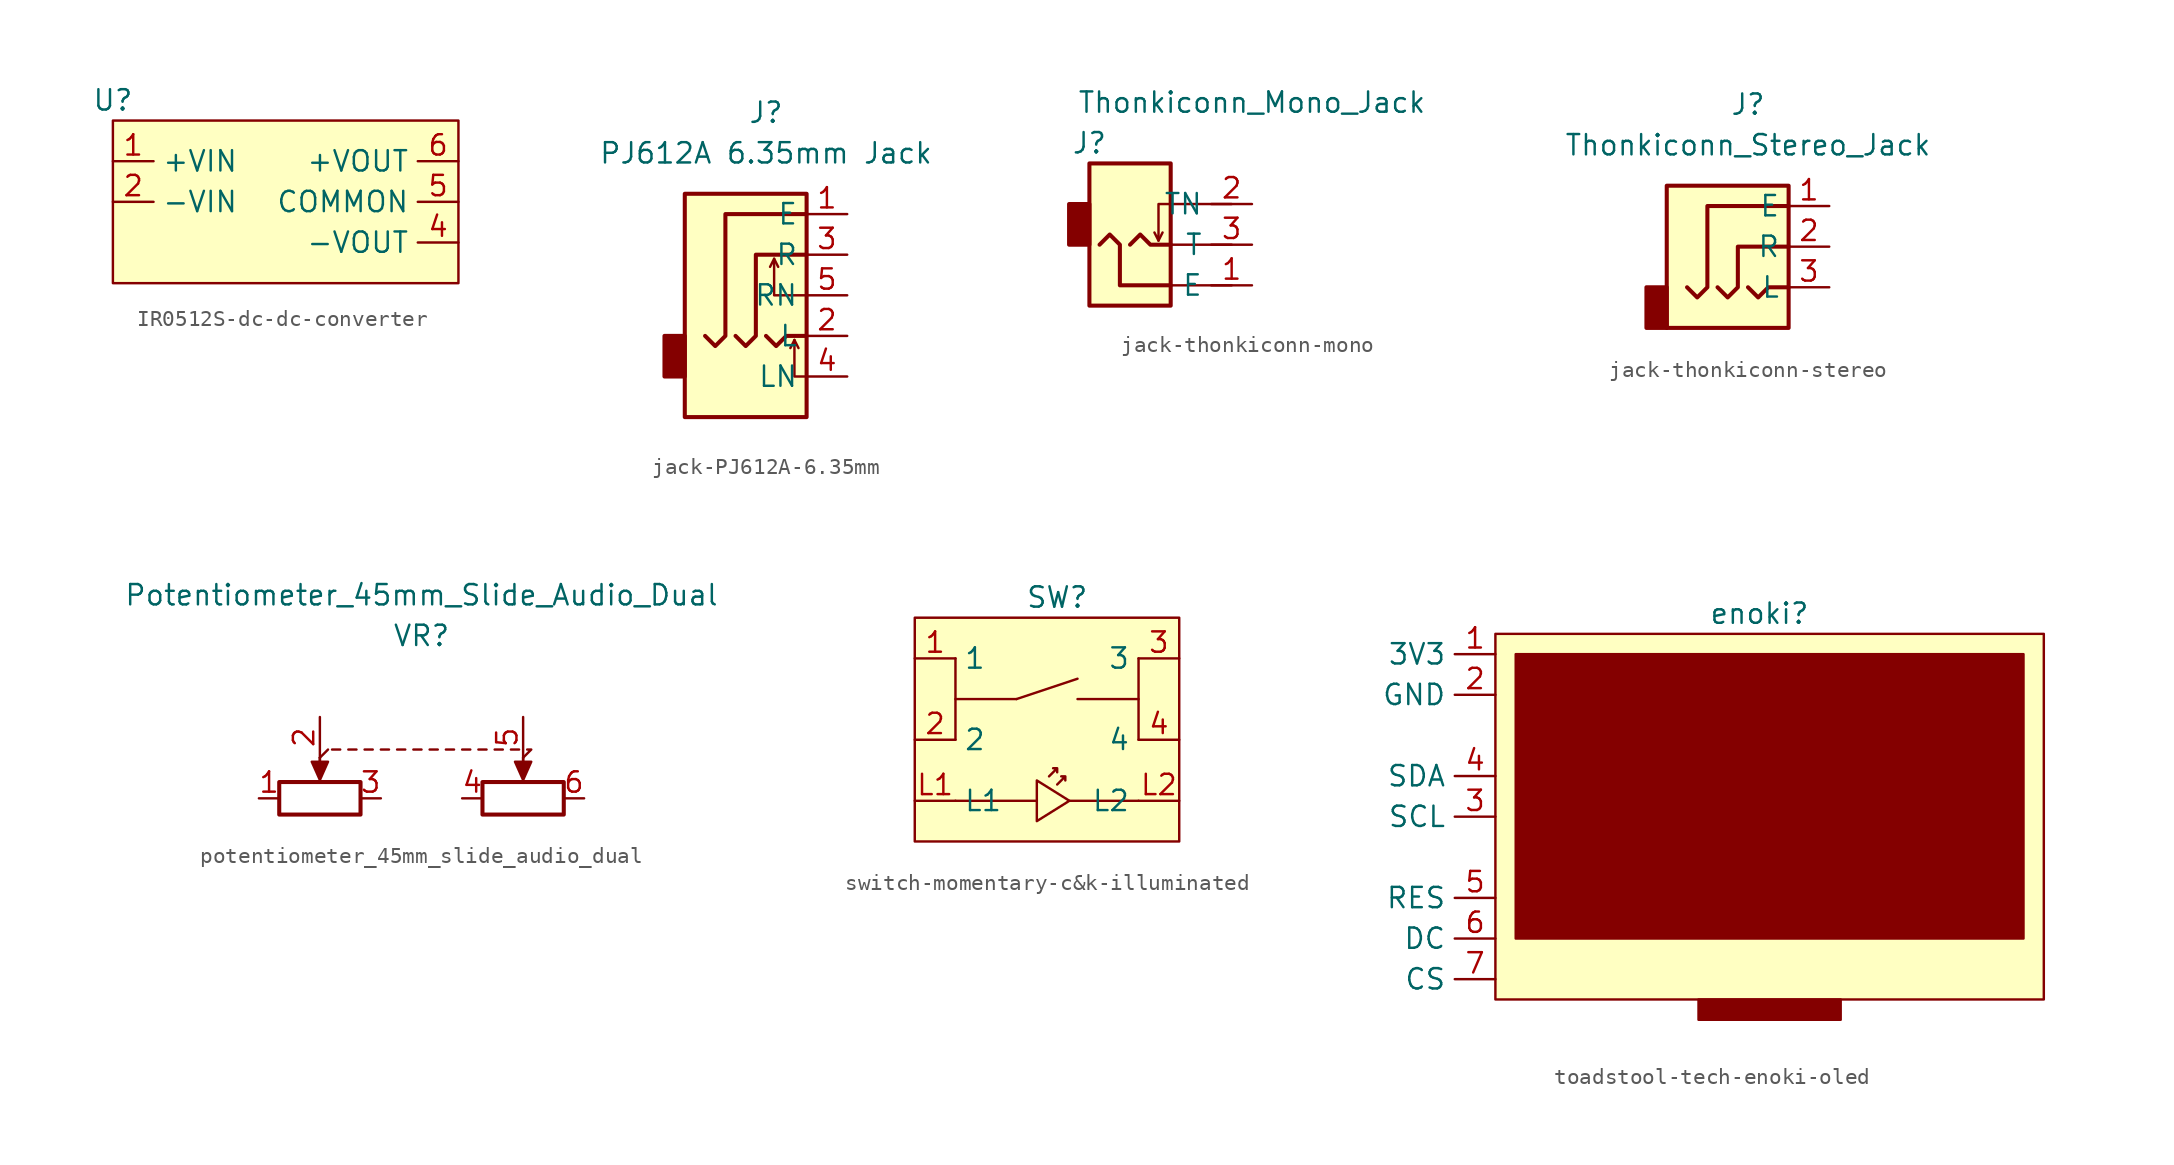
<source format=kicad_sym>
(kicad_symbol_lib
  (version 20231120)
  (generator "kicad_symbol_editor")
  (generator_version "8.0")
  (symbol "IR0512S-dc-dc-converter"
    (property "Reference" "U"
      (at 0 1.27 0)
      (effects (font (size 1.27 1.27))))
    (property "Value" ""
      (at 0 0 0)
      (effects (font (size 1.27 1.27))))
    (symbol "IR0512S-dc-dc-converter_1_1"
      (rectangle (start 0 0) (end 21.59 -10.16) (stroke (width 0) (type default)) (fill (type background)))
      (pin input line (at 0 -2.54 0) (length 2.54) (name "+VIN" (effects (font (size 1.27 1.27)))) (number "1" (effects (font (size 1.27 1.27)))))
      (pin input line (at 0 -5.08 0) (length 2.54) (name "-VIN" (effects (font (size 1.27 1.27)))) (number "2" (effects (font (size 1.27 1.27)))))
      (pin input line (at 21.59 -7.62 180) (length 2.54) (name "-VOUT" (effects (font (size 1.27 1.27)))) (number "4" (effects (font (size 1.27 1.27)))))
      (pin input line (at 21.59 -5.08 180) (length 2.54) (name "COMMON" (effects (font (size 1.27 1.27)))) (number "5" (effects (font (size 1.27 1.27)))))
      (pin input line (at 21.59 -2.54 180) (length 2.54) (name "+VOUT" (effects (font (size 1.27 1.27)))) (number "6" (effects (font (size 1.27 1.27)))))))
  (symbol "jack-PJ612A-6.35mm"
    (property "Reference" "J"
      (at 0 8.89 0)
      (effects (font (size 1.27 1.27))))
    (property "Value" "PJ612A 6.35mm Jack"
      (at 0 6.35 0)
      (effects (font (size 1.27 1.27))))
    (symbol "jack-PJ612A-6.35mm_0_1"
      (rectangle (start -5.08 -5.08) (end -6.35 -7.62) (stroke (width 0.254) (type default)) (fill (type outline)))
      (polyline (pts (xy 0.508 -0.254) (xy 0.762 -0.762)) (stroke (width 0) (type default)) (fill (type none)))
      (polyline (pts (xy 1.778 -5.334) (xy 2.032 -5.842)) (stroke (width 0) (type default)) (fill (type none)))
      (polyline (pts (xy 0 -5.08) (xy 0.635 -5.715) (xy 1.27 -5.08) (xy 2.54 -5.08)) (stroke (width 0.254) (type default)) (fill (type none)))
      (polyline (pts (xy 2.54 -7.62) (xy 1.778 -7.62) (xy 1.778 -5.334) (xy 1.524 -5.842)) (stroke (width 0) (type default)) (fill (type none)))
      (polyline (pts (xy 2.54 -2.54) (xy 0.508 -2.54) (xy 0.508 -0.254) (xy 0.254 -0.762)) (stroke (width 0) (type default)) (fill (type none)))
      (polyline (pts (xy -1.905 -5.08) (xy -1.27 -5.715) (xy -0.635 -5.08) (xy -0.635 0) (xy 2.54 0)) (stroke (width 0.254) (type default)) (fill (type none)))
      (polyline (pts (xy 2.54 2.54) (xy -2.54 2.54) (xy -2.54 -5.08) (xy -3.175 -5.715) (xy -3.81 -5.08)) (stroke (width 0.254) (type default)) (fill (type none)))
      (rectangle (start 2.54 3.81) (end -5.08 -10.16) (stroke (width 0.254) (type default)) (fill (type background))))
    (symbol "jack-PJ612A-6.35mm_1_1"
      (pin passive line (at 5.08 2.54 180) (length 2.54) (name "E" (effects (font (size 1.27 1.27)))) (number "1" (effects (font (size 1.27 1.27)))))
      (pin passive line (at 5.08 -5.08 180) (length 2.54) (name "L" (effects (font (size 1.27 1.27)))) (number "2" (effects (font (size 1.27 1.27)))))
      (pin passive line (at 5.08 0 180) (length 2.54) (name "R" (effects (font (size 1.27 1.27)))) (number "3" (effects (font (size 1.27 1.27)))))
      (pin passive line (at 5.08 -7.62 180) (length 2.54) (name "LN" (effects (font (size 1.27 1.27)))) (number "4" (effects (font (size 1.27 1.27)))))
      (pin passive line (at 5.08 -2.54 180) (length 2.54) (name "RN" (effects (font (size 1.27 1.27)))) (number "5" (effects (font (size 1.27 1.27)))))))
  (symbol "jack-thonkiconn-mono"
    (property "Reference" "J"
      (at 0 1.27 0)
      (effects (font (size 1.27 1.27))))
    (property "Value" "Thonkiconn_Mono_Jack"
      (at 10.16 3.81 0)
      (effects (font (size 1.27 1.27))))
    (symbol "jack-thonkiconn-mono_0_1"
      (rectangle (start -1.27 -2.54) (end 0 -5.08) (stroke (width 0.254) (type default)) (fill (type outline)))
      (polyline (pts (xy 4.318 -4.826) (xy 4.572 -4.318)) (stroke (width 0) (type default)) (fill (type none)))
      (polyline (pts (xy 8.89 -7.62) (xy 5.08 -7.62)) (stroke (width 0) (type default)) (fill (type none)))
      (polyline (pts (xy 8.89 -5.08) (xy 5.08 -5.08)) (stroke (width 0) (type default)) (fill (type none)))
      (polyline (pts (xy 2.54 -5.08) (xy 3.175 -4.445) (xy 3.81 -5.08) (xy 5.08 -5.08)) (stroke (width 0.254) (type default)) (fill (type none)))
      (polyline (pts (xy 8.89 -2.54) (xy 4.318 -2.54) (xy 4.318 -4.826) (xy 4.064 -4.318)) (stroke (width 0) (type default)) (fill (type none)))
      (polyline (pts (xy 5.08 -7.62) (xy 1.905 -7.62) (xy 1.905 -5.08) (xy 1.27 -4.445) (xy 0.635 -5.08)) (stroke (width 0.254) (type default)) (fill (type none)))
      (rectangle (start 0 0) (end 5.08 -8.89) (stroke (width 0.254) (type default)) (fill (type background))))
    (symbol "jack-thonkiconn-mono_1_1"
      (pin passive line (at 10.16 -7.62 180) (length 2.54) (name "E" (effects (font (size 1.27 1.27)))) (number "1" (effects (font (size 1.27 1.27)))))
      (pin passive line (at 10.16 -2.54 180) (length 2.54) (name "TN" (effects (font (size 1.27 1.27)))) (number "2" (effects (font (size 1.27 1.27)))))
      (pin passive line (at 10.16 -5.08 180) (length 2.54) (name "T" (effects (font (size 1.27 1.27)))) (number "3" (effects (font (size 1.27 1.27)))))))
  (symbol "jack-thonkiconn-stereo"
    (property "Reference" "J"
      (at 0 8.89 0)
      (effects (font (size 1.27 1.27))))
    (property "Value" "Thonkiconn_Stereo_Jack"
      (at 0 6.35 0)
      (effects (font (size 1.27 1.27))))
    (symbol "jack-thonkiconn-stereo_0_1"
      (rectangle (start -5.08 -5.08) (end -6.35 -2.54) (stroke (width 0.254) (type default)) (fill (type outline)))
      (polyline (pts (xy 0 -2.54) (xy 0.635 -3.175) (xy 1.27 -2.54) (xy 2.54 -2.54)) (stroke (width 0.254) (type default)) (fill (type none)))
      (polyline (pts (xy -1.905 -2.54) (xy -1.27 -3.175) (xy -0.635 -2.54) (xy -0.635 0) (xy 2.54 0)) (stroke (width 0.254) (type default)) (fill (type none)))
      (polyline (pts (xy 2.54 2.54) (xy -2.54 2.54) (xy -2.54 -2.54) (xy -3.175 -3.175) (xy -3.81 -2.54)) (stroke (width 0.254) (type default)) (fill (type none)))
      (rectangle (start 2.54 3.81) (end -5.08 -5.08) (stroke (width 0.254) (type default)) (fill (type background))))
    (symbol "jack-thonkiconn-stereo_1_1"
      (pin passive line (at 5.08 2.54 180) (length 2.54) (name "E" (effects (font (size 1.27 1.27)))) (number "1" (effects (font (size 1.27 1.27)))))
      (pin passive line (at 5.08 0 180) (length 2.54) (name "R" (effects (font (size 1.27 1.27)))) (number "2" (effects (font (size 1.27 1.27)))))
      (pin passive line (at 5.08 -2.54 180) (length 2.54) (name "L" (effects (font (size 1.27 1.27)))) (number "3" (effects (font (size 1.27 1.27)))))))
  (symbol "potentiometer_45mm_slide_audio_dual"
    (property "Reference" "VR"
      (at -1.27 10.16 0)
      (effects (font (size 1.27 1.27))))
    (property "Value" "Potentiometer_45mm_Slide_Audio_Dual"
      (at -1.27 12.7 0)
      (effects (font (size 1.27 1.27))))
    (symbol "potentiometer_45mm_slide_audio_dual_0_1"
      (rectangle (start -10.16 1.016) (end -5.08 -1.016) (stroke (width 0.254) (type default)) (fill (type none)))
      (polyline (pts (xy -7.62 2.54) (xy -7.62 1.524)) (stroke (width 0) (type default)) (fill (type none)))
      (polyline (pts (xy -7.62 2.54) (xy -7.62 1.524)) (stroke (width 0) (type default)) (fill (type none)))
      (polyline (pts (xy -7.62 2.54) (xy -7.112 3.048)) (stroke (width 0) (type default)) (fill (type none)))
      (polyline (pts (xy -6.858 3.048) (xy -6.35 3.048)) (stroke (width 0) (type default)) (fill (type none)))
      (polyline (pts (xy -5.842 3.048) (xy -5.334 3.048)) (stroke (width 0) (type default)) (fill (type none)))
      (polyline (pts (xy -4.826 3.048) (xy -4.318 3.048)) (stroke (width 0) (type default)) (fill (type none)))
      (polyline (pts (xy -3.81 3.048) (xy -3.302 3.048)) (stroke (width 0) (type default)) (fill (type none)))
      (polyline (pts (xy -2.794 3.048) (xy -2.286 3.048)) (stroke (width 0) (type default)) (fill (type none)))
      (polyline (pts (xy -1.778 3.048) (xy -1.27 3.048)) (stroke (width 0) (type default)) (fill (type none)))
      (polyline (pts (xy -0.762 3.048) (xy -0.254 3.048)) (stroke (width 0) (type default)) (fill (type none)))
      (polyline (pts (xy 0.254 3.048) (xy 0.762 3.048)) (stroke (width 0) (type default)) (fill (type none)))
      (polyline (pts (xy 1.27 3.048) (xy 1.778 3.048)) (stroke (width 0) (type default)) (fill (type none)))
      (polyline (pts (xy 2.286 3.048) (xy 2.794 3.048)) (stroke (width 0) (type default)) (fill (type none)))
      (polyline (pts (xy 3.302 3.048) (xy 3.81 3.048)) (stroke (width 0) (type default)) (fill (type none)))
      (polyline (pts (xy 4.318 3.048) (xy 4.826 3.048)) (stroke (width 0) (type default)) (fill (type none)))
      (polyline (pts (xy 5.08 2.54) (xy 5.08 1.524)) (stroke (width 0) (type default)) (fill (type none)))
      (polyline (pts (xy 5.08 2.54) (xy 5.08 1.524)) (stroke (width 0) (type default)) (fill (type none)))
      (polyline (pts (xy 5.334 3.048) (xy 5.588 3.048) (xy 5.08 2.54)) (stroke (width 0) (type default)) (fill (type none)))
      (polyline (pts (xy -7.62 1.143) (xy -8.128 2.286) (xy -7.112 2.286) (xy -7.62 1.143)) (stroke (width 0) (type default)) (fill (type outline)))
      (polyline (pts (xy 5.08 1.143) (xy 4.572 2.286) (xy 5.588 2.286) (xy 5.08 1.143)) (stroke (width 0) (type default)) (fill (type outline)))
      (rectangle (start 2.54 1.016) (end 7.62 -1.016) (stroke (width 0.254) (type default)) (fill (type none))))
    (symbol "potentiometer_45mm_slide_audio_dual_1_1"
      (pin passive line (at -11.43 0 0) (length 1.27) (name "" (effects (font (size 1.27 1.27)))) (number "1" (effects (font (size 1.27 1.27)))))
      (pin passive line (at -7.62 5.08 270) (length 2.54) (name "" (effects (font (size 1.27 1.27)))) (number "2" (effects (font (size 1.27 1.27)))))
      (pin passive line (at -3.81 0 180) (length 1.27) (name "" (effects (font (size 1.27 1.27)))) (number "3" (effects (font (size 1.27 1.27)))))
      (pin passive line (at 1.27 0 0) (length 1.27) (name "" (effects (font (size 1.27 1.27)))) (number "4" (effects (font (size 1.27 1.27)))))
      (pin passive line (at 5.08 5.08 270) (length 2.54) (name "" (effects (font (size 1.27 1.27)))) (number "5" (effects (font (size 1.27 1.27)))))
      (pin passive line (at 8.89 0 180) (length 1.27) (name "" (effects (font (size 1.27 1.27)))) (number "6" (effects (font (size 1.27 1.27)))))))
  (symbol "switch-momentary-c&k-illuminated"
    (property "Reference" "SW"
      (at 8.89 3.81 0)
      (effects (font (size 1.27 1.27))))
    (property "Value" ""
      (at 0 0 0)
      (effects (font (size 1.27 1.27))))
    (symbol "switch-momentary-c&k-illuminated_0_1"
      (polyline (pts (xy 2.54 -5.08) (xy 2.54 0)) (stroke (width 0) (type default)) (fill (type none)))
      (polyline (pts (xy 6.35 -2.54) (xy 2.54 -2.54)) (stroke (width 0) (type default)) (fill (type none)))
      (polyline (pts (xy 6.35 -2.54) (xy 10.16 -1.27)) (stroke (width 0) (type default)) (fill (type none)))
      (polyline (pts (xy 13.97 -2.54) (xy 10.16 -2.54)) (stroke (width 0) (type default)) (fill (type none)))
      (polyline (pts (xy 13.97 0) (xy 13.97 -5.08)) (stroke (width 0) (type default)) (fill (type none))))
    (symbol "switch-momentary-c&k-illuminated_1_1"
      (polyline (pts (xy 2.54 -8.89) (xy 7.62 -8.89)) (stroke (width 0) (type default)) (fill (type none)))
      (polyline (pts (xy 9.652 -8.89) (xy 13.97 -8.89)) (stroke (width 0) (type default)) (fill (type none)))
      (polyline (pts (xy 7.62 -7.62) (xy 7.62 -10.16) (xy 9.652 -8.89) (xy 7.62 -7.62)) (stroke (width 0) (type default)) (fill (type none)))
      (polyline (pts (xy 8.382 -7.366) (xy 8.89 -6.858) (xy 8.636 -6.858) (xy 8.89 -6.858) (xy 8.89 -7.112)) (stroke (width 0) (type default)) (fill (type none)))
      (polyline (pts (xy 8.89 -7.874) (xy 9.398 -7.366) (xy 9.144 -7.366) (xy 9.398 -7.366) (xy 9.398 -7.62)) (stroke (width 0) (type default)) (fill (type none)))
      (rectangle (start 0 2.54) (end 16.51 -11.43) (stroke (width 0) (type default)) (fill (type background)))
      (pin bidirectional line (at 0 0 0) (length 2.54) (name "1" (effects (font (size 1.27 1.27)))) (number "1" (effects (font (size 1.27 1.27)))))
      (pin bidirectional line (at 0 -5.08 0) (length 2.54) (name "2" (effects (font (size 1.27 1.27)))) (number "2" (effects (font (size 1.27 1.27)))))
      (pin bidirectional line (at 16.51 0 180) (length 2.54) (name "3" (effects (font (size 1.27 1.27)))) (number "3" (effects (font (size 1.27 1.27)))))
      (pin bidirectional line (at 16.51 -5.08 180) (length 2.54) (name "4" (effects (font (size 1.27 1.27)))) (number "4" (effects (font (size 1.27 1.27)))))
      (pin bidirectional line (at 0 -8.89 0) (length 2.54) (name "L1" (effects (font (size 1.27 1.27)))) (number "L1" (effects (font (size 1.27 1.27)))))
      (pin bidirectional line (at 16.51 -8.89 180) (length 2.54) (name "L2" (effects (font (size 1.27 1.27)))) (number "L2" (effects (font (size 1.27 1.27)))))))
  (symbol "toadstool-tech-enoki-oled"
    (property "Reference" "enoki"
      (at 16.51 1.27 0)
      (effects (font (size 1.27 1.27))))
    (property "Value" ""
      (at 0 0 0)
      (effects (font (size 1.27 1.27))))
    (symbol "toadstool-tech-enoki-oled_1_1"
      (rectangle (start 0 0) (end 34.29 -22.86) (stroke (width 0) (type default)) (fill (type background)))
      (rectangle (start 1.27 -1.27) (end 33.02 -19.05) (stroke (width 0) (type default)) (fill (type outline)))
      (rectangle (start 12.7 -22.86) (end 21.59 -24.13) (stroke (width 0) (type default)) (fill (type outline)))
      (pin power_in line (at 0 -1.27 180) (length 2.54) (name "3V3" (effects (font (size 1.27 1.27)))) (number "1" (effects (font (size 1.27 1.27)))))
      (pin power_in line (at 0 -3.81 180) (length 2.54) (name "GND" (effects (font (size 1.27 1.27)))) (number "2" (effects (font (size 1.27 1.27)))))
      (pin input line (at 0 -11.43 180) (length 2.54) (name "SCL" (effects (font (size 1.27 1.27)))) (number "3" (effects (font (size 1.27 1.27)))))
      (pin bidirectional line (at 0 -8.89 180) (length 2.54) (name "SDA" (effects (font (size 1.27 1.27)))) (number "4" (effects (font (size 1.27 1.27)))))
      (pin input line (at 0 -16.51 180) (length 2.54) (name "RES" (effects (font (size 1.27 1.27)))) (number "5" (effects (font (size 1.27 1.27)))))
      (pin input line (at 0 -19.05 180) (length 2.54) (name "DC" (effects (font (size 1.27 1.27)))) (number "6" (effects (font (size 1.27 1.27)))))
      (pin input line (at 0 -21.59 180) (length 2.54) (name "CS" (effects (font (size 1.27 1.27)))) (number "7" (effects (font (size 1.27 1.27))))))))
</source>
